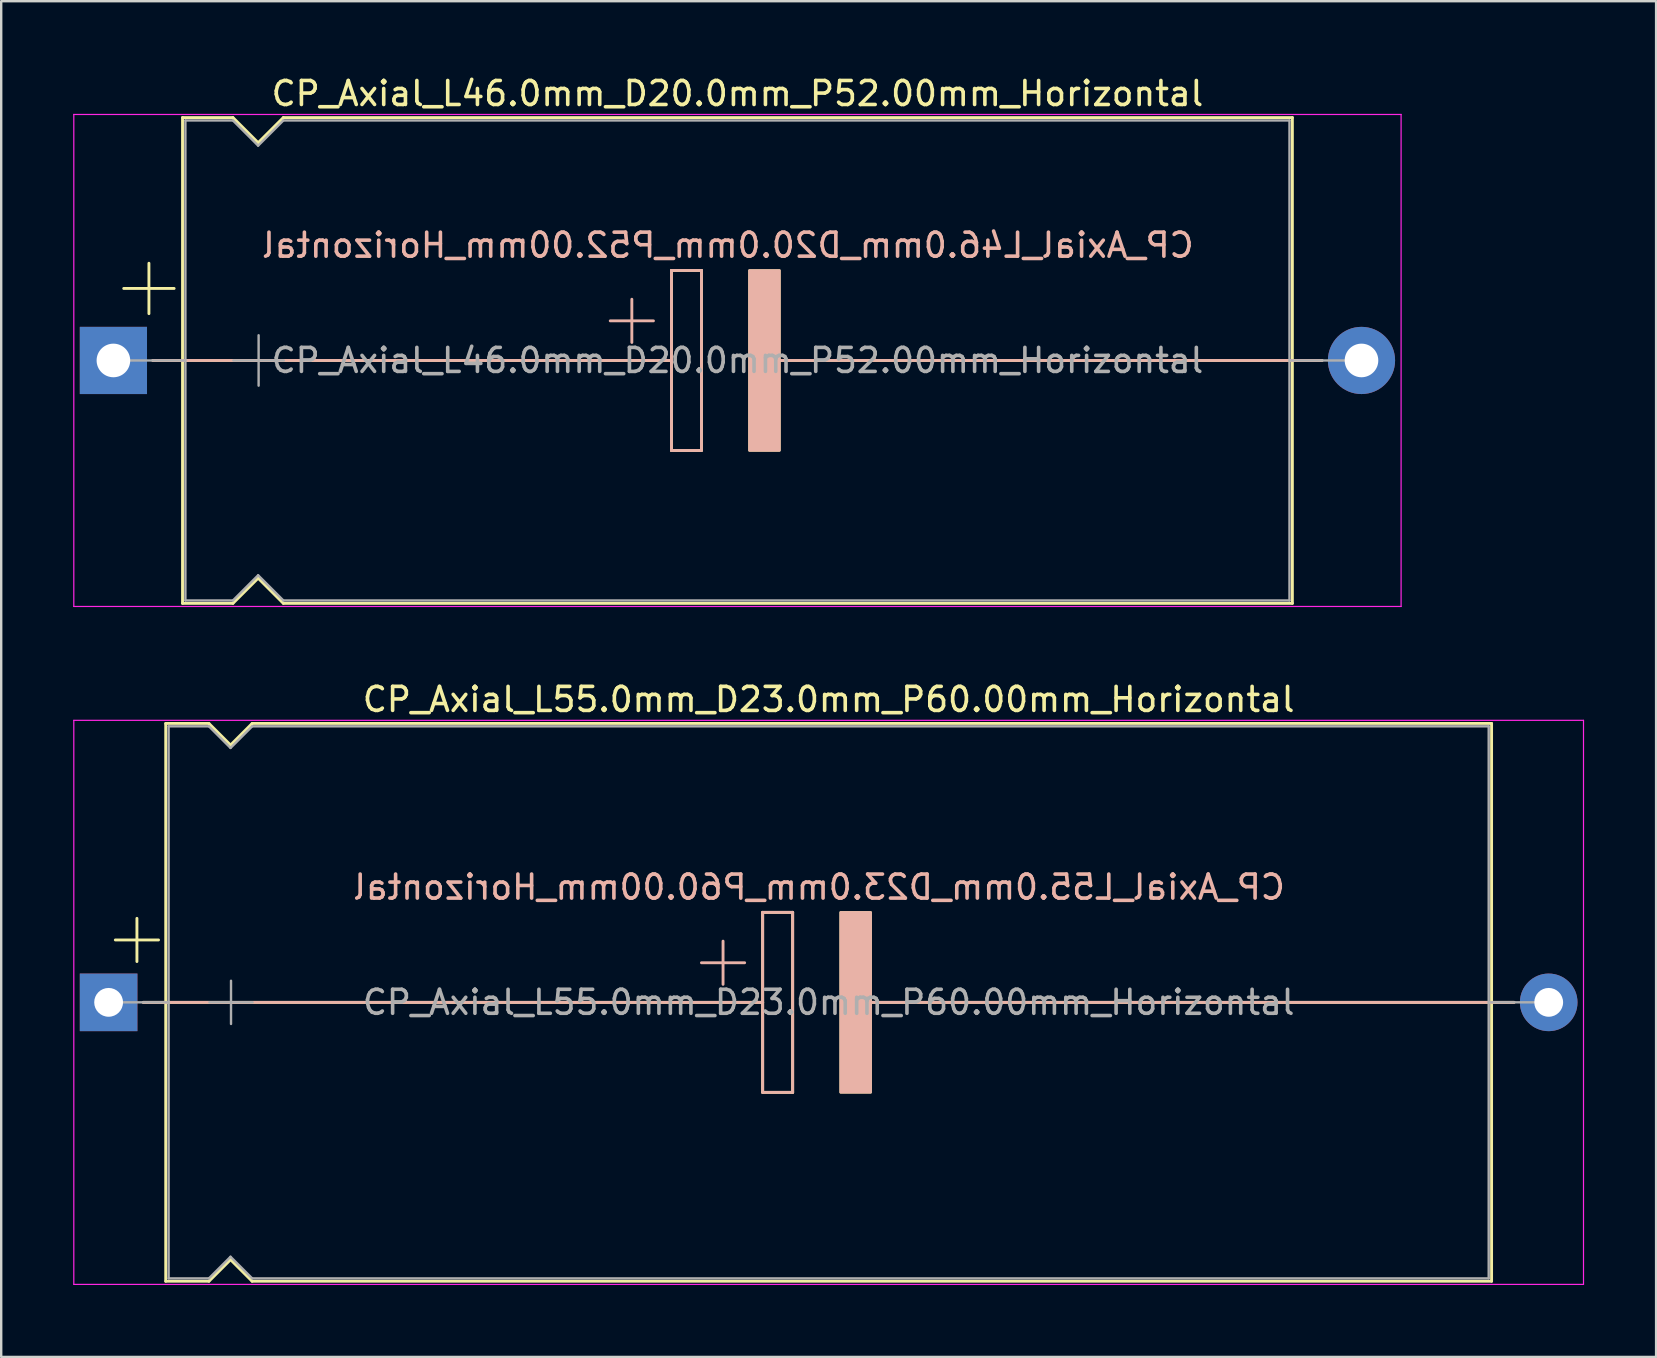
<source format=kicad_pcb>
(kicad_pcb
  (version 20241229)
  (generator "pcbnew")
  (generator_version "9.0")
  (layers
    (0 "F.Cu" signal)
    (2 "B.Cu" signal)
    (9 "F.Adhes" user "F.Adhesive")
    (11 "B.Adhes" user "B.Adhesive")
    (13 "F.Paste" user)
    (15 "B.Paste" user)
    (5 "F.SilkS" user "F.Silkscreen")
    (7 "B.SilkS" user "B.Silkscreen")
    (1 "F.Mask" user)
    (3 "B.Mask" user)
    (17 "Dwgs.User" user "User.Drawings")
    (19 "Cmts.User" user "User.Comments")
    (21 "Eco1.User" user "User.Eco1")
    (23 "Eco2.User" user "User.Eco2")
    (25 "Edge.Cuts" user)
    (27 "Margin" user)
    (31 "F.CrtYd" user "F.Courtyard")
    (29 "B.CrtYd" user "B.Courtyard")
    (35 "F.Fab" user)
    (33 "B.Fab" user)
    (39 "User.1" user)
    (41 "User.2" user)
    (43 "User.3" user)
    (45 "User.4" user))
  (footprint "CP_Axial_L46.0mm_D20.0mm_P52.00mm_Horizontal"
    (layer "F.Cu")
    (at 1.675 11.968)
    (property "Reference" "CP_Axial_L46.0mm_D20.0mm_P52.00mm_Horizontal" (at 26 -11.12 0) (layer "F.SilkS") (effects (font (size 1 1) (thickness 0.15))))
    (fp_line (start 0.43 -3) (end 2.53 -3) (stroke (width 0.12) (type solid)) (layer "F.SilkS"))
    (fp_line (start 1.48 -4.05) (end 1.48 -1.95) (stroke (width 0.12) (type solid)) (layer "F.SilkS"))
    (fp_line (start 1.64 0) (end 2.88 0) (stroke (width 0.12) (type solid)) (layer "F.SilkS"))
    (fp_line (start 2.88 -10.12) (end 2.88 10.12) (stroke (width 0.12) (type solid)) (layer "F.SilkS"))
    (fp_line (start 2.88 -10.12) (end 4.98 -10.12) (stroke (width 0.12) (type solid)) (layer "F.SilkS"))
    (fp_line (start 2.88 0) (end 23.25 0) (stroke (width 0.12) (type solid)) (layer "F.SilkS"))
    (fp_line (start 2.88 10.12) (end 4.98 10.12) (stroke (width 0.12) (type solid)) (layer "F.SilkS"))
    (fp_line (start 4.98 -10.12) (end 6.03 -9.07) (stroke (width 0.12) (type solid)) (layer "F.SilkS"))
    (fp_line (start 4.98 10.12) (end 6.03 9.07) (stroke (width 0.12) (type solid)) (layer "F.SilkS"))
    (fp_line (start 6.03 -9.07) (end 7.08 -10.12) (stroke (width 0.12) (type solid)) (layer "F.SilkS"))
    (fp_line (start 6.03 9.07) (end 7.08 10.12) (stroke (width 0.12) (type solid)) (layer "F.SilkS"))
    (fp_line (start 7.08 -10.12) (end 49.12 -10.12) (stroke (width 0.12) (type solid)) (layer "F.SilkS"))
    (fp_line (start 7.08 10.12) (end 49.12 10.12) (stroke (width 0.12) (type solid)) (layer "F.SilkS"))
    (fp_line (start 23.25 -3.75) (end 24.5 -3.75) (stroke (width 0.12) (type solid)) (layer "F.SilkS"))
    (fp_line (start 23.25 0) (end 23.25 -3.75) (stroke (width 0.12) (type solid)) (layer "F.SilkS"))
    (fp_line (start 23.25 3.75) (end 23.25 0) (stroke (width 0.12) (type solid)) (layer "F.SilkS"))
    (fp_line (start 24.5 -3.75) (end 24.5 3.75) (stroke (width 0.12) (type solid)) (layer "F.SilkS"))
    (fp_line (start 24.5 3.75) (end 23.25 3.75) (stroke (width 0.12) (type solid)) (layer "F.SilkS"))
    (fp_line (start 27.75 0) (end 49.12 0) (stroke (width 0.12) (type solid)) (layer "F.SilkS"))
    (fp_line (start 49.12 -10.12) (end 49.12 10.12) (stroke (width 0.12) (type solid)) (layer "F.SilkS"))
    (fp_line (start 50.36 0) (end 49.12 0) (stroke (width 0.12) (type solid)) (layer "F.SilkS"))
    (fp_poly (pts (xy 27.75 3.75) (xy 26.5 3.75) (xy 26.5 -3.75) (xy 27.75 -3.75)) (stroke (width 0.1) (type solid)) (fill yes) (layer "F.SilkS"))
    (fp_line (start 1.65 0) (end 16.38 0) (stroke (width 0.12) (type solid)) (layer "B.SilkS"))
    (fp_line (start 16.38 0) (end 23.25 0) (stroke (width 0.12) (type solid)) (layer "B.SilkS"))
    (fp_line (start 21.6 -2.55) (end 21.6 -0.75) (stroke (width 0.12) (type solid)) (layer "B.SilkS"))
    (fp_line (start 22.5 -1.65) (end 20.7 -1.65) (stroke (width 0.12) (type solid)) (layer "B.SilkS"))
    (fp_line (start 23.25 -3.75) (end 24.5 -3.75) (stroke (width 0.12) (type solid)) (layer "B.SilkS"))
    (fp_line (start 23.25 0) (end 23.25 -3.75) (stroke (width 0.12) (type solid)) (layer "B.SilkS"))
    (fp_line (start 23.25 3.75) (end 23.25 0) (stroke (width 0.12) (type solid)) (layer "B.SilkS"))
    (fp_line (start 24.5 -3.75) (end 24.5 3.75) (stroke (width 0.12) (type solid)) (layer "B.SilkS"))
    (fp_line (start 24.5 3.75) (end 23.25 3.75) (stroke (width 0.12) (type solid)) (layer "B.SilkS"))
    (fp_line (start 27.75 0) (end 34.62 0) (stroke (width 0.12) (type solid)) (layer "B.SilkS"))
    (fp_line (start 50.35 0) (end 34.62 0) (stroke (width 0.12) (type solid)) (layer "B.SilkS"))
    (fp_poly (pts (xy 27.75 3.75) (xy 26.5 3.75) (xy 26.5 -3.75) (xy 27.75 -3.75)) (stroke (width 0.1) (type solid)) (fill yes) (layer "B.SilkS"))
    (fp_line (start -1.65 -10.25) (end -1.65 10.25) (stroke (width 0.05) (type solid)) (layer "F.CrtYd"))
    (fp_line (start -1.65 10.25) (end 53.65 10.25) (stroke (width 0.05) (type solid)) (layer "F.CrtYd"))
    (fp_line (start 53.65 -10.25) (end -1.65 -10.25) (stroke (width 0.05) (type solid)) (layer "F.CrtYd"))
    (fp_line (start 53.65 10.25) (end 53.65 -10.25) (stroke (width 0.05) (type solid)) (layer "F.CrtYd"))
    (fp_line (start 0 0) (end 3 0) (stroke (width 0.1) (type solid)) (layer "F.Fab"))
    (fp_line (start 3 -10) (end 3 10) (stroke (width 0.1) (type solid)) (layer "F.Fab"))
    (fp_line (start 3 -10) (end 4.98 -10) (stroke (width 0.1) (type solid)) (layer "F.Fab"))
    (fp_line (start 3 10) (end 4.98 10) (stroke (width 0.1) (type solid)) (layer "F.Fab"))
    (fp_line (start 4.98 -10) (end 6.03 -8.95) (stroke (width 0.1) (type solid)) (layer "F.Fab"))
    (fp_line (start 4.98 10) (end 6.03 8.95) (stroke (width 0.1) (type solid)) (layer "F.Fab"))
    (fp_line (start 5 0) (end 7.1 0) (stroke (width 0.1) (type solid)) (layer "F.Fab"))
    (fp_line (start 6.03 -8.95) (end 7.08 -10) (stroke (width 0.1) (type solid)) (layer "F.Fab"))
    (fp_line (start 6.03 8.95) (end 7.08 10) (stroke (width 0.1) (type solid)) (layer "F.Fab"))
    (fp_line (start 6.05 -1.05) (end 6.05 1.05) (stroke (width 0.1) (type solid)) (layer "F.Fab"))
    (fp_line (start 7.08 -10) (end 49 -10) (stroke (width 0.1) (type solid)) (layer "F.Fab"))
    (fp_line (start 7.08 10) (end 49 10) (stroke (width 0.1) (type solid)) (layer "F.Fab"))
    (fp_line (start 49 -10) (end 49 10) (stroke (width 0.1) (type solid)) (layer "F.Fab"))
    (fp_line (start 52 0) (end 49 0) (stroke (width 0.1) (type solid)) (layer "F.Fab"))
    (fp_text user "${REFERENCE}" (at 25.6 -4.8 0) (layer "B.SilkS") (effects (font (size 1 1) (thickness 0.15)) (justify mirror)))
    (fp_text user "${REFERENCE}" (at 26 0 0) (layer "F.Fab") (effects (font (size 1 1) (thickness 0.15))))
    (pad "1" thru_hole rect (at 0 0) (size 2.8 2.8) (drill 1.4) (layers "*.Cu" "*.Mask"))
    (pad "2" thru_hole oval (at 52 0) (size 2.8 2.8) (drill 1.4) (layers "*.Cu" "*.Mask")))
  (footprint "CP_Axial_L55.0mm_D23.0mm_P60.00mm_Horizontal"
    (layer "F.Cu")
    (at 1.475 38.712)
    (property "Reference" "CP_Axial_L55.0mm_D23.0mm_P60.00mm_Horizontal" (at 30 -12.62 0) (layer "F.SilkS") (effects (font (size 1 1) (thickness 0.15))))
    (fp_line (start 0.28 -2.6) (end 2.08 -2.6) (stroke (width 0.12) (type solid)) (layer "F.SilkS"))
    (fp_line (start 1.18 -3.5) (end 1.18 -1.7) (stroke (width 0.12) (type solid)) (layer "F.SilkS"))
    (fp_line (start 1.44 0) (end 2.38 0) (stroke (width 0.12) (type solid)) (layer "F.SilkS"))
    (fp_line (start 2.38 -11.62) (end 2.38 11.62) (stroke (width 0.12) (type solid)) (layer "F.SilkS"))
    (fp_line (start 2.38 -11.62) (end 4.18 -11.62) (stroke (width 0.12) (type solid)) (layer "F.SilkS"))
    (fp_line (start 2.38 0) (end 27.25 0) (stroke (width 0.12) (type solid)) (layer "F.SilkS"))
    (fp_line (start 2.38 11.62) (end 4.18 11.62) (stroke (width 0.12) (type solid)) (layer "F.SilkS"))
    (fp_line (start 4.18 -11.62) (end 5.08 -10.72) (stroke (width 0.12) (type solid)) (layer "F.SilkS"))
    (fp_line (start 4.18 11.62) (end 5.08 10.72) (stroke (width 0.12) (type solid)) (layer "F.SilkS"))
    (fp_line (start 5.08 -10.72) (end 5.98 -11.62) (stroke (width 0.12) (type solid)) (layer "F.SilkS"))
    (fp_line (start 5.08 10.72) (end 5.98 11.62) (stroke (width 0.12) (type solid)) (layer "F.SilkS"))
    (fp_line (start 5.98 -11.62) (end 57.62 -11.62) (stroke (width 0.12) (type solid)) (layer "F.SilkS"))
    (fp_line (start 5.98 11.62) (end 57.62 11.62) (stroke (width 0.12) (type solid)) (layer "F.SilkS"))
    (fp_line (start 27.25 -3.75) (end 28.5 -3.75) (stroke (width 0.12) (type solid)) (layer "F.SilkS"))
    (fp_line (start 27.25 0) (end 27.25 -3.75) (stroke (width 0.12) (type solid)) (layer "F.SilkS"))
    (fp_line (start 27.25 3.75) (end 27.25 0) (stroke (width 0.12) (type solid)) (layer "F.SilkS"))
    (fp_line (start 28.5 -3.75) (end 28.5 3.75) (stroke (width 0.12) (type solid)) (layer "F.SilkS"))
    (fp_line (start 28.5 3.75) (end 27.25 3.75) (stroke (width 0.12) (type solid)) (layer "F.SilkS"))
    (fp_line (start 31.75 0) (end 57.62 0) (stroke (width 0.12) (type solid)) (layer "F.SilkS"))
    (fp_line (start 57.62 -11.62) (end 57.62 11.62) (stroke (width 0.12) (type solid)) (layer "F.SilkS"))
    (fp_line (start 58.56 0) (end 57.62 0) (stroke (width 0.12) (type solid)) (layer "F.SilkS"))
    (fp_poly (pts (xy 31.75 3.75) (xy 30.5 3.75) (xy 30.5 -3.75) (xy 31.75 -3.75)) (stroke (width 0.1) (type solid)) (fill yes) (layer "F.SilkS"))
    (fp_line (start 1.45 0) (end 20.38 0) (stroke (width 0.12) (type solid)) (layer "B.SilkS"))
    (fp_line (start 20.38 0) (end 27.25 0) (stroke (width 0.12) (type solid)) (layer "B.SilkS"))
    (fp_line (start 25.6 -2.55) (end 25.6 -0.75) (stroke (width 0.12) (type solid)) (layer "B.SilkS"))
    (fp_line (start 26.5 -1.65) (end 24.7 -1.65) (stroke (width 0.12) (type solid)) (layer "B.SilkS"))
    (fp_line (start 27.25 -3.75) (end 28.5 -3.75) (stroke (width 0.12) (type solid)) (layer "B.SilkS"))
    (fp_line (start 27.25 0) (end 27.25 -3.75) (stroke (width 0.12) (type solid)) (layer "B.SilkS"))
    (fp_line (start 27.25 3.75) (end 27.25 0) (stroke (width 0.12) (type solid)) (layer "B.SilkS"))
    (fp_line (start 28.5 -3.75) (end 28.5 3.75) (stroke (width 0.12) (type solid)) (layer "B.SilkS"))
    (fp_line (start 28.5 3.75) (end 27.25 3.75) (stroke (width 0.12) (type solid)) (layer "B.SilkS"))
    (fp_line (start 31.75 0) (end 38.62 0) (stroke (width 0.12) (type solid)) (layer "B.SilkS"))
    (fp_line (start 58.55 0) (end 38.62 0) (stroke (width 0.12) (type solid)) (layer "B.SilkS"))
    (fp_poly (pts (xy 31.75 3.75) (xy 30.5 3.75) (xy 30.5 -3.75) (xy 31.75 -3.75)) (stroke (width 0.1) (type solid)) (fill yes) (layer "B.SilkS"))
    (fp_line (start -1.45 -11.75) (end -1.45 11.75) (stroke (width 0.05) (type solid)) (layer "F.CrtYd"))
    (fp_line (start -1.45 11.75) (end 61.45 11.75) (stroke (width 0.05) (type solid)) (layer "F.CrtYd"))
    (fp_line (start 61.45 -11.75) (end -1.45 -11.75) (stroke (width 0.05) (type solid)) (layer "F.CrtYd"))
    (fp_line (start 61.45 11.75) (end 61.45 -11.75) (stroke (width 0.05) (type solid)) (layer "F.CrtYd"))
    (fp_line (start 0 0) (end 2.5 0) (stroke (width 0.1) (type solid)) (layer "F.Fab"))
    (fp_line (start 2.5 -11.5) (end 2.5 11.5) (stroke (width 0.1) (type solid)) (layer "F.Fab"))
    (fp_line (start 2.5 -11.5) (end 4.18 -11.5) (stroke (width 0.1) (type solid)) (layer "F.Fab"))
    (fp_line (start 2.5 11.5) (end 4.18 11.5) (stroke (width 0.1) (type solid)) (layer "F.Fab"))
    (fp_line (start 4.18 -11.5) (end 5.08 -10.6) (stroke (width 0.1) (type solid)) (layer "F.Fab"))
    (fp_line (start 4.18 11.5) (end 5.08 10.6) (stroke (width 0.1) (type solid)) (layer "F.Fab"))
    (fp_line (start 4.2 0) (end 6 0) (stroke (width 0.1) (type solid)) (layer "F.Fab"))
    (fp_line (start 5.08 -10.6) (end 5.98 -11.5) (stroke (width 0.1) (type solid)) (layer "F.Fab"))
    (fp_line (start 5.08 10.6) (end 5.98 11.5) (stroke (width 0.1) (type solid)) (layer "F.Fab"))
    (fp_line (start 5.1 -0.9) (end 5.1 0.9) (stroke (width 0.1) (type solid)) (layer "F.Fab"))
    (fp_line (start 5.98 -11.5) (end 57.5 -11.5) (stroke (width 0.1) (type solid)) (layer "F.Fab"))
    (fp_line (start 5.98 11.5) (end 57.5 11.5) (stroke (width 0.1) (type solid)) (layer "F.Fab"))
    (fp_line (start 57.5 -11.5) (end 57.5 11.5) (stroke (width 0.1) (type solid)) (layer "F.Fab"))
    (fp_line (start 60 0) (end 57.5 0) (stroke (width 0.1) (type solid)) (layer "F.Fab"))
    (fp_text user "${REFERENCE}" (at 29.6 -4.8 0) (layer "B.SilkS") (effects (font (size 1 1) (thickness 0.15)) (justify mirror)))
    (fp_text user "${REFERENCE}" (at 30 0 0) (layer "F.Fab") (effects (font (size 1 1) (thickness 0.15))))
    (pad "1" thru_hole rect (at 0 0) (size 2.4 2.4) (drill 1.2) (layers "*.Cu" "*.Mask"))
    (pad "2" thru_hole oval (at 60 0) (size 2.4 2.4) (drill 1.2) (layers "*.Cu" "*.Mask")))
  (gr_rect
    (start -3 -3)
    (end 65.95 53.486)
    (stroke (width 0.1) (type default))
    (fill no)
    (layer "Edge.Cuts")))
</source>
